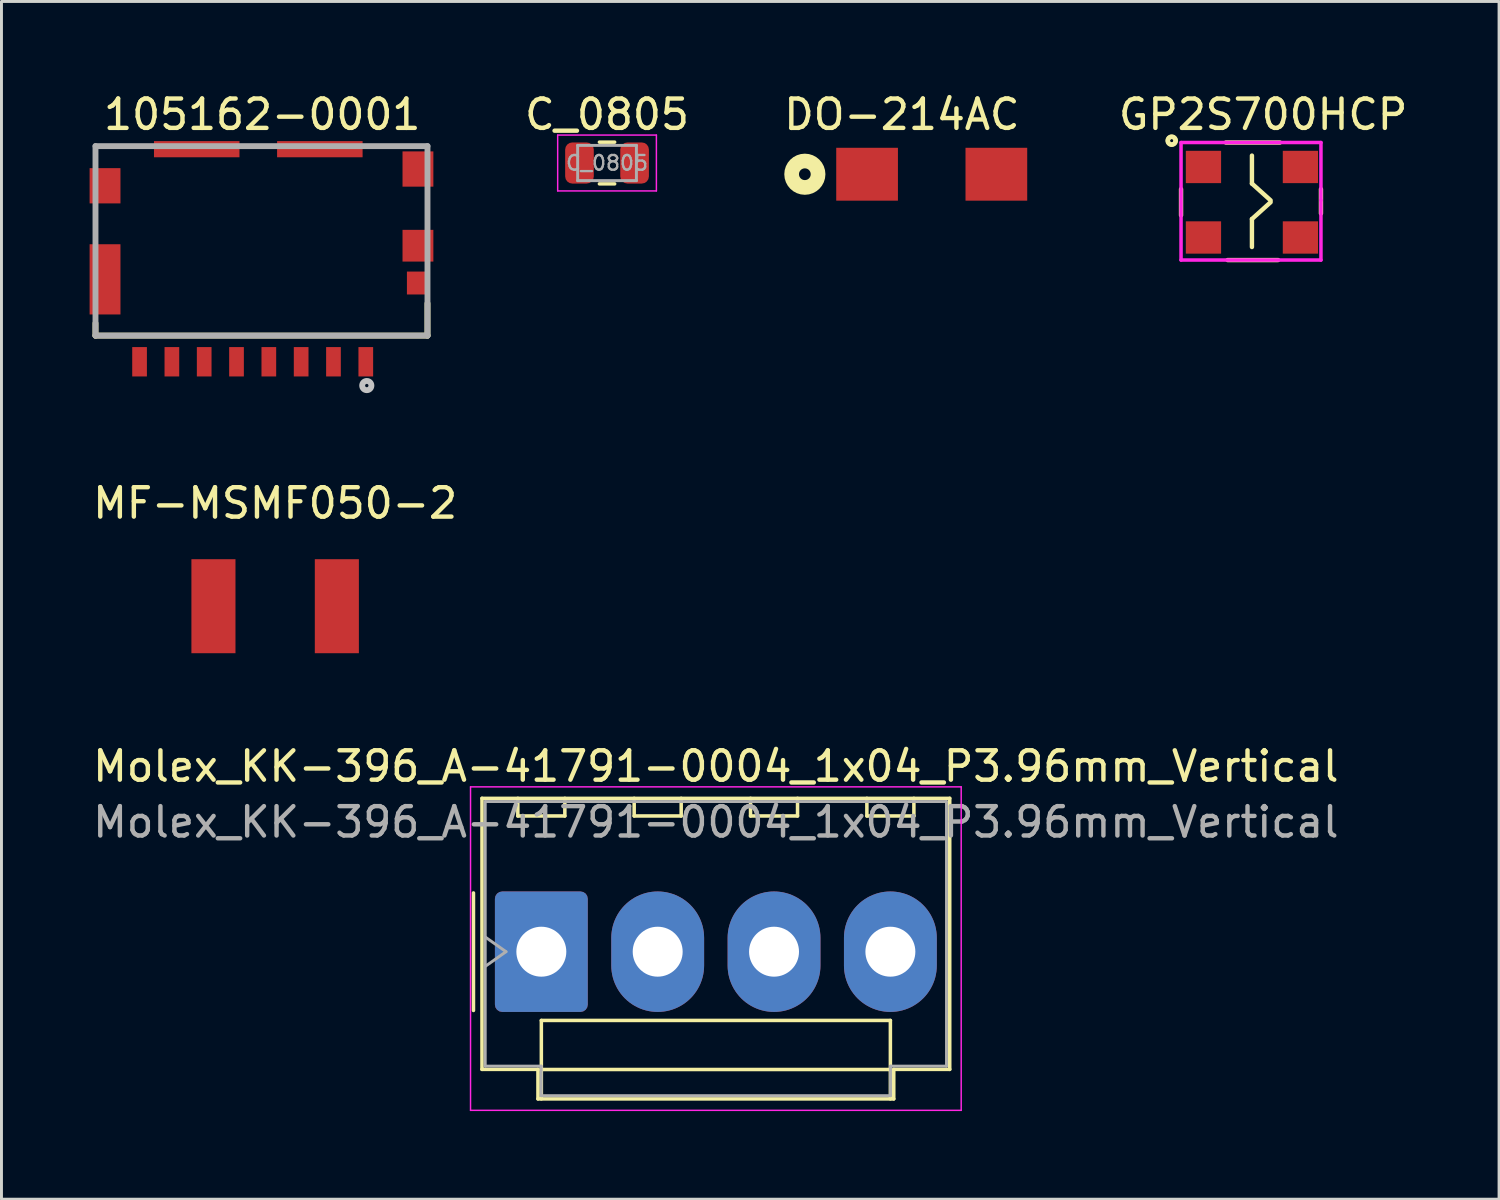
<source format=kicad_pcb>
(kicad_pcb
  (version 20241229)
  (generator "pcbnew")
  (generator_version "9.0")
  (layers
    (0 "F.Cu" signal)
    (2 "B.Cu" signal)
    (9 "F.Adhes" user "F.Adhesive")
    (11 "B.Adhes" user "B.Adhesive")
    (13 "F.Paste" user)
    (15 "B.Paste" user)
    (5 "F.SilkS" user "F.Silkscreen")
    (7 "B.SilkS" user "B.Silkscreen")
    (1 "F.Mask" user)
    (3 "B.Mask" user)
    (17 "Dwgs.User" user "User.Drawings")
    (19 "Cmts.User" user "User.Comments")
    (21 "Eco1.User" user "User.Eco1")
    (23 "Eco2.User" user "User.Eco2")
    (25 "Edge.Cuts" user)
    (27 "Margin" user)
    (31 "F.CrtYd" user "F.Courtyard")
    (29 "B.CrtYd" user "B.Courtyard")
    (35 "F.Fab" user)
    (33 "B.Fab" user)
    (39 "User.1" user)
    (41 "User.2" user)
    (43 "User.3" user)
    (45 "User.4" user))
  (footprint "GP2S700HCP"
    (layer "F.Cu")
    (at 39.561 3.833)
    (property "Reference" "GP2S700HCP" (at 0.381 -2.985 0) (layer "F.SilkS") (effects (font (size 1 1) (thickness 0.15))))
    (attr through_hole)
    (fp_line (start -2.413 0.445) (end -2.413 -0.445) (stroke (width 0.15) (type solid)) (layer "F.SilkS"))
    (fp_line (start -0.826 1.968) (end 0.889 1.968) (stroke (width 0.15) (type solid)) (layer "F.SilkS"))
    (fp_line (start 0 -1.587) (end 0 -0.635) (stroke (width 0.15) (type solid)) (layer "F.SilkS"))
    (fp_line (start 0 -0.635) (end 0.635 -0.064) (stroke (width 0.15) (type solid)) (layer "F.SilkS"))
    (fp_line (start 0 0.572) (end 0.635 0) (stroke (width 0.15) (type solid)) (layer "F.SilkS"))
    (fp_line (start 0 1.524) (end 0 0.572) (stroke (width 0.15) (type solid)) (layer "F.SilkS"))
    (fp_line (start 0.953 -2.032) (end -0.889 -2.032) (stroke (width 0.15) (type solid)) (layer "F.SilkS"))
    (fp_line (start 2.349 -0.445) (end 2.349 0.381) (stroke (width 0.15) (type solid)) (layer "F.SilkS"))
    (fp_circle (center -2.731 -2.095) (end -2.667 -2.095) (stroke (width 0.15) (type solid)) (fill no) (layer "F.SilkS"))
    (fp_circle (center -2.731 -2.095) (end -2.603 -2.095) (stroke (width 0.15) (type solid)) (fill no) (layer "F.SilkS"))
    (fp_line (start -2.413 -2.032) (end 2.349 -2.032) (stroke (width 0.12) (type solid)) (layer "F.CrtYd"))
    (fp_line (start -2.413 1.968) (end -2.413 -2.032) (stroke (width 0.12) (type solid)) (layer "F.CrtYd"))
    (fp_line (start 2.349 -2.032) (end 2.349 -0.064) (stroke (width 0.12) (type solid)) (layer "F.CrtYd"))
    (fp_line (start 2.349 -0.064) (end 2.349 1.968) (stroke (width 0.12) (type solid)) (layer "F.CrtYd"))
    (fp_line (start 2.349 1.968) (end -2.413 1.968) (stroke (width 0.12) (type solid)) (layer "F.CrtYd"))
    (pad "1" smd rect (at -1.65 -1.2) (size 1.2 1.1) (layers "F.Cu" "F.Mask" "F.Paste"))
    (pad "2" smd rect (at -1.65 1.2) (size 1.2 1.1) (layers "F.Cu" "F.Mask" "F.Paste"))
    (pad "3" smd rect (at 1.65 1.2) (size 1.2 1.1) (layers "F.Cu" "F.Mask" "F.Paste"))
    (pad "4" smd rect (at 1.65 -1.2) (size 1.2 1.1) (layers "F.Cu" "F.Mask" "F.Paste")))
  (footprint "C_0805"
    (layer "F.Cu")
    (at 17.611 2.498)
    (property "Reference" "C_0805" (at 0 -1.65 0) (layer "F.SilkS") (effects (font (size 1 1) (thickness 0.15))))
    (attr smd)
    (fp_line (start -0.259 -0.71) (end 0.259 -0.71) (stroke (width 0.12) (type solid)) (layer "F.SilkS"))
    (fp_line (start -0.259 0.71) (end 0.259 0.71) (stroke (width 0.12) (type solid)) (layer "F.SilkS"))
    (fp_line (start -1.68 -0.95) (end 1.68 -0.95) (stroke (width 0.05) (type solid)) (layer "F.CrtYd"))
    (fp_line (start -1.68 0.95) (end -1.68 -0.95) (stroke (width 0.05) (type solid)) (layer "F.CrtYd"))
    (fp_line (start 1.68 -0.95) (end 1.68 0.95) (stroke (width 0.05) (type solid)) (layer "F.CrtYd"))
    (fp_line (start 1.68 0.95) (end -1.68 0.95) (stroke (width 0.05) (type solid)) (layer "F.CrtYd"))
    (fp_line (start -1 -0.6) (end 1 -0.6) (stroke (width 0.1) (type solid)) (layer "F.Fab"))
    (fp_line (start -1 0.6) (end -1 -0.6) (stroke (width 0.1) (type solid)) (layer "F.Fab"))
    (fp_line (start 1 -0.6) (end 1 0.6) (stroke (width 0.1) (type solid)) (layer "F.Fab"))
    (fp_line (start 1 0.6) (end -1 0.6) (stroke (width 0.1) (type solid)) (layer "F.Fab"))
    (fp_text user "${REFERENCE}" (at 0 0 0) (layer "F.Fab") (effects (font (size 0.5 0.5) (thickness 0.08))))
    (pad "1" smd roundrect (at -0.938 0) (size 0.975 1.4) (layers "F.Cu" "F.Mask" "F.Paste") (roundrect_rratio 0.25))
    (pad "2" smd roundrect (at 0.938 0) (size 0.975 1.4) (layers "F.Cu" "F.Mask" "F.Paste") (roundrect_rratio 0.25)))
  (footprint "105162-0001"
    (layer "F.Cu")
    (at 5.85 1.923)
    (property "Reference" "105162-0001" (at 0.025 -1.075 0) (layer "F.SilkS") (effects (font (size 1 1) (thickness 0.15))))
    (attr through_hole)
    (fp_line (start -5.65 6.45) (end -5.65 6.028) (stroke (width 0.2) (type solid)) (layer "F.SilkS"))
    (fp_line (start -5.65 6.45) (end 5.65 6.45) (stroke (width 0.2) (type solid)) (layer "F.SilkS"))
    (fp_line (start 5.65 6.45) (end 5.65 5.355) (stroke (width 0.2) (type solid)) (layer "F.SilkS"))
    (fp_circle (center 3.584 8.15) (end 3.641 8.15) (stroke (width 0.2) (type solid)) (fill no) (layer "Dwgs.User"))
    (fp_line (start -5.65 0) (end 5.65 0) (stroke (width 0.2) (type solid)) (layer "F.Fab"))
    (fp_line (start -5.65 6.45) (end -5.65 0) (stroke (width 0.2) (type solid)) (layer "F.Fab"))
    (fp_line (start 5.65 0) (end 5.65 6.45) (stroke (width 0.2) (type solid)) (layer "F.Fab"))
    (fp_line (start 5.65 6.45) (end -5.65 6.45) (stroke (width 0.2) (type solid)) (layer "F.Fab"))
    (pad "1" smd rect (at 3.55 7.34) (size 0.5 1) (layers "F.Cu" "F.Mask" "F.Paste"))
    (pad "2" smd rect (at 2.45 7.34) (size 0.5 1) (layers "F.Cu" "F.Mask" "F.Paste"))
    (pad "3" smd rect (at 1.35 7.34) (size 0.5 1) (layers "F.Cu" "F.Mask" "F.Paste"))
    (pad "4" smd rect (at 0.25 7.34) (size 0.5 1) (layers "F.Cu" "F.Mask" "F.Paste"))
    (pad "5" smd rect (at -0.85 7.34) (size 0.5 1) (layers "F.Cu" "F.Mask" "F.Paste"))
    (pad "6" smd rect (at -1.95 7.34) (size 0.5 1) (layers "F.Cu" "F.Mask" "F.Paste"))
    (pad "7" smd rect (at -3.05 7.34) (size 0.5 1) (layers "F.Cu" "F.Mask" "F.Paste"))
    (pad "8" smd rect (at -4.15 7.34) (size 0.5 1) (layers "F.Cu" "F.Mask" "F.Paste"))
    (pad "9" smd rect (at 5.31 4.66) (size 0.72 0.78) (layers "F.Cu" "F.Mask" "F.Paste"))
    (pad "10" smd rect (at 5.325 3.39) (size 1.05 1.08) (layers "F.Cu" "F.Mask" "F.Paste"))
    (pad "11" smd rect (at 5.325 0.78) (size 1.05 1.2) (layers "F.Cu" "F.Mask" "F.Paste"))
    (pad "12" smd rect (at -5.325 1.35) (size 1.05 1.2) (layers "F.Cu" "F.Mask" "F.Paste"))
    (pad "13" smd rect (at -5.325 4.535) (size 1.05 2.39) (layers "F.Cu" "F.Mask" "F.Paste"))
    (pad "14" smd rect (at 1.986 0.105) (size 2.91 0.55) (layers "F.Cu" "F.Mask" "F.Paste"))
    (pad "15" smd rect (at -2.204 0.105) (size 2.91 0.55) (layers "F.Cu" "F.Mask" "F.Paste")))
  (footprint "Molex_KK-396_A-41791-0004_1x04_P3.96mm_Vertical"
    (layer "F.Cu")
    (at 15.375 29.342)
    (property "Reference" "Molex_KK-396_A-41791-0004_1x04_P3.96mm_Vertical" (at 5.94 -6.31 0) (layer "F.SilkS") (effects (font (size 1 1) (thickness 0.15))))
    (attr through_hole)
    (fp_line (start -2.31 -2) (end -2.31 2) (stroke (width 0.12) (type solid)) (layer "F.SilkS"))
    (fp_line (start -2.02 -5.22) (end 13.9 -5.22) (stroke (width 0.12) (type solid)) (layer "F.SilkS"))
    (fp_line (start -2.02 4.005) (end -2.02 -5.22) (stroke (width 0.12) (type solid)) (layer "F.SilkS"))
    (fp_line (start -0.8 -5.22) (end -0.8 -4.62) (stroke (width 0.12) (type solid)) (layer "F.SilkS"))
    (fp_line (start -0.8 -4.62) (end 0.8 -4.62) (stroke (width 0.12) (type solid)) (layer "F.SilkS"))
    (fp_line (start -0.115 4.005) (end -2.02 4.005) (stroke (width 0.12) (type solid)) (layer "F.SilkS"))
    (fp_line (start -0.115 5.01) (end -0.115 4.005) (stroke (width 0.12) (type solid)) (layer "F.SilkS"))
    (fp_line (start 0 2.34) (end 11.88 2.34) (stroke (width 0.12) (type solid)) (layer "F.SilkS"))
    (fp_line (start 0 4.01) (end 0 2.34) (stroke (width 0.12) (type solid)) (layer "F.SilkS"))
    (fp_line (start 0 4.01) (end 11.88 4.01) (stroke (width 0.12) (type solid)) (layer "F.SilkS"))
    (fp_line (start 0 5.01) (end 0 4.01) (stroke (width 0.12) (type solid)) (layer "F.SilkS"))
    (fp_line (start 0.8 -4.62) (end 0.8 -5.22) (stroke (width 0.12) (type solid)) (layer "F.SilkS"))
    (fp_line (start 3.16 -5.22) (end 3.16 -4.62) (stroke (width 0.12) (type solid)) (layer "F.SilkS"))
    (fp_line (start 3.16 -4.62) (end 4.76 -4.62) (stroke (width 0.12) (type solid)) (layer "F.SilkS"))
    (fp_line (start 4.76 -4.62) (end 4.76 -5.22) (stroke (width 0.12) (type solid)) (layer "F.SilkS"))
    (fp_line (start 7.12 -5.22) (end 7.12 -4.62) (stroke (width 0.12) (type solid)) (layer "F.SilkS"))
    (fp_line (start 7.12 -4.62) (end 8.72 -4.62) (stroke (width 0.12) (type solid)) (layer "F.SilkS"))
    (fp_line (start 8.72 -4.62) (end 8.72 -5.22) (stroke (width 0.12) (type solid)) (layer "F.SilkS"))
    (fp_line (start 11.08 -5.22) (end 11.08 -4.62) (stroke (width 0.12) (type solid)) (layer "F.SilkS"))
    (fp_line (start 11.08 -4.62) (end 12.68 -4.62) (stroke (width 0.12) (type solid)) (layer "F.SilkS"))
    (fp_line (start 11.88 2.34) (end 11.88 4.01) (stroke (width 0.12) (type solid)) (layer "F.SilkS"))
    (fp_line (start 11.88 4.01) (end 11.88 5.01) (stroke (width 0.12) (type solid)) (layer "F.SilkS"))
    (fp_line (start 11.995 4.005) (end 11.995 5.01) (stroke (width 0.12) (type solid)) (layer "F.SilkS"))
    (fp_line (start 11.995 5.01) (end -0.115 5.01) (stroke (width 0.12) (type solid)) (layer "F.SilkS"))
    (fp_line (start 12.68 -4.62) (end 12.68 -5.22) (stroke (width 0.12) (type solid)) (layer "F.SilkS"))
    (fp_line (start 13.9 -5.22) (end 13.9 4.005) (stroke (width 0.12) (type solid)) (layer "F.SilkS"))
    (fp_line (start 13.9 4.005) (end 11.995 4.005) (stroke (width 0.12) (type solid)) (layer "F.SilkS"))
    (fp_line (start -2.41 -5.61) (end -2.41 5.4) (stroke (width 0.05) (type solid)) (layer "F.CrtYd"))
    (fp_line (start -2.41 5.4) (end 14.29 5.4) (stroke (width 0.05) (type solid)) (layer "F.CrtYd"))
    (fp_line (start 14.29 -5.61) (end -2.41 -5.61) (stroke (width 0.05) (type solid)) (layer "F.CrtYd"))
    (fp_line (start 14.29 5.4) (end 14.29 -5.61) (stroke (width 0.05) (type solid)) (layer "F.CrtYd"))
    (fp_line (start -1.91 -5.11) (end 13.79 -5.11) (stroke (width 0.1) (type solid)) (layer "F.Fab"))
    (fp_line (start -1.91 -0.5) (end -1.203 0) (stroke (width 0.1) (type solid)) (layer "F.Fab"))
    (fp_line (start -1.91 3.895) (end -1.91 -5.11) (stroke (width 0.1) (type solid)) (layer "F.Fab"))
    (fp_line (start -1.203 0) (end -1.91 0.5) (stroke (width 0.1) (type solid)) (layer "F.Fab"))
    (fp_line (start -0.005 3.895) (end -1.91 3.895) (stroke (width 0.1) (type solid)) (layer "F.Fab"))
    (fp_line (start -0.005 4.9) (end -0.005 3.895) (stroke (width 0.1) (type solid)) (layer "F.Fab"))
    (fp_line (start 11.885 3.895) (end 11.885 4.9) (stroke (width 0.1) (type solid)) (layer "F.Fab"))
    (fp_line (start 11.885 4.9) (end -0.005 4.9) (stroke (width 0.1) (type solid)) (layer "F.Fab"))
    (fp_line (start 13.79 -5.11) (end 13.79 3.895) (stroke (width 0.1) (type solid)) (layer "F.Fab"))
    (fp_line (start 13.79 3.895) (end 11.885 3.895) (stroke (width 0.1) (type solid)) (layer "F.Fab"))
    (fp_text user "${REFERENCE}" (at 5.94 -4.41 0) (layer "F.Fab") (effects (font (size 1 1) (thickness 0.15))))
    (pad "1" thru_hole roundrect (at 0 0) (size 3.16 4.1) (drill 1.7) (layers "*.Cu" "*.Mask") (roundrect_rratio 0.079))
    (pad "2" thru_hole oval (at 3.96 0) (size 3.16 4.1) (drill 1.7) (layers "*.Cu" "*.Mask"))
    (pad "3" thru_hole oval (at 7.92 0) (size 3.16 4.1) (drill 1.7) (layers "*.Cu" "*.Mask"))
    (pad "4" thru_hole oval (at 11.88 0) (size 3.16 4.1) (drill 1.7) (layers "*.Cu" "*.Mask")))
  (footprint "MF-MSMF050-2"
    (layer "F.Cu")
    (at 6.315 17.583)
    (property "Reference" "MF-MSMF050-2" (at 0 -3.505 0) (layer "F.SilkS") (effects (font (size 1 1) (thickness 0.15))))
    (attr through_hole)
    (pad "1" smd rect (at -2.1 0) (size 1.5 3.2) (layers "F.Cu" "F.Mask" "F.Paste"))
    (pad "2" smd rect (at 2.1 0) (size 1.5 3.2) (layers "F.Cu" "F.Mask" "F.Paste")))
  (footprint "DO-214AC"
    (layer "F.Cu")
    (at 28.662 2.88)
    (property "Reference" "DO-214AC" (at -1.016 -2.032 0) (layer "F.SilkS") (effects (font (size 1 1) (thickness 0.15))))
    (attr through_hole)
    (fp_circle (center -4.318 0) (end -4.118 0) (stroke (width 0.5) (type solid)) (fill no) (layer "F.SilkS"))
    (pad "1" smd rect (at -2.2 0) (size 2.1 1.8) (layers "F.Cu" "F.Mask" "F.Paste"))
    (pad "2" smd rect (at 2.2 0) (size 2.1 1.8) (layers "F.Cu" "F.Mask" "F.Paste")))
  (gr_rect
    (start -3 -3)
    (end 47.972 37.767)
    (stroke (width 0.1) (type default))
    (fill no)
    (layer "Edge.Cuts")))
</source>
